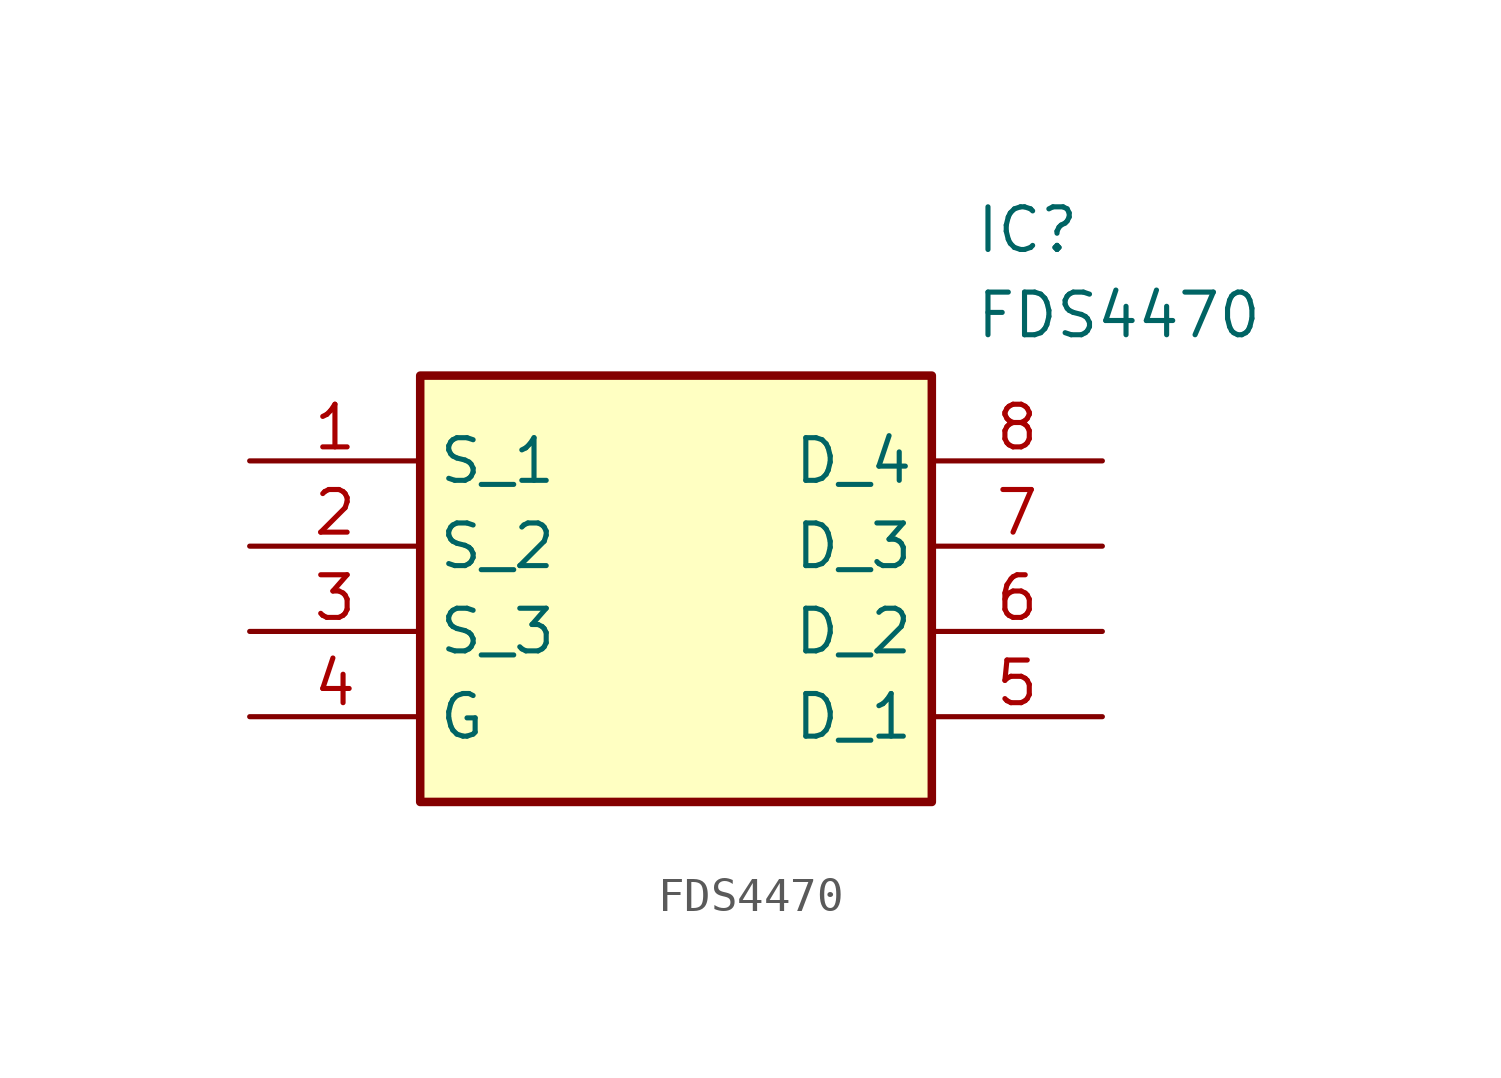
<source format=kicad_sym>
(kicad_symbol_lib
  (version 20211014)
  (generator SamacSys_ECAD_Model)
  (symbol "FDS4470"
    (property "Reference" "IC"
      (at 21.59 7.62 0)
      (effects (font (size 1.27 1.27)) (justify left top)))
    (property "Value" "FDS4470"
      (at 21.59 5.08 0)
      (effects (font (size 1.27 1.27)) (justify left top)))
    (rectangle
      (start 5.08 2.54)
      (end 20.32 -10.16)
      (stroke (width 0.254) (type default))
      (fill (type background)))
    (pin passive line
      (at 0 0 0)
      (length 5.08)
      (name "S_1" (effects (font (size 1.27 1.27))))
      (number "1" (effects (font (size 1.27 1.27)))))
    (pin passive line
      (at 0 -2.54 0)
      (length 5.08)
      (name "S_2" (effects (font (size 1.27 1.27))))
      (number "2" (effects (font (size 1.27 1.27)))))
    (pin passive line
      (at 0 -5.08 0)
      (length 5.08)
      (name "S_3" (effects (font (size 1.27 1.27))))
      (number "3" (effects (font (size 1.27 1.27)))))
    (pin passive line
      (at 0 -7.62 0)
      (length 5.08)
      (name "G" (effects (font (size 1.27 1.27))))
      (number "4" (effects (font (size 1.27 1.27)))))
    (pin passive line
      (at 25.4 0 180)
      (length 5.08)
      (name "D_4" (effects (font (size 1.27 1.27))))
      (number "8" (effects (font (size 1.27 1.27)))))
    (pin passive line
      (at 25.4 -2.54 180)
      (length 5.08)
      (name "D_3" (effects (font (size 1.27 1.27))))
      (number "7" (effects (font (size 1.27 1.27)))))
    (pin passive line
      (at 25.4 -5.08 180)
      (length 5.08)
      (name "D_2" (effects (font (size 1.27 1.27))))
      (number "6" (effects (font (size 1.27 1.27)))))
    (pin passive line
      (at 25.4 -7.62 180)
      (length 5.08)
      (name "D_1" (effects (font (size 1.27 1.27))))
      (number "5" (effects (font (size 1.27 1.27)))))))
</source>
